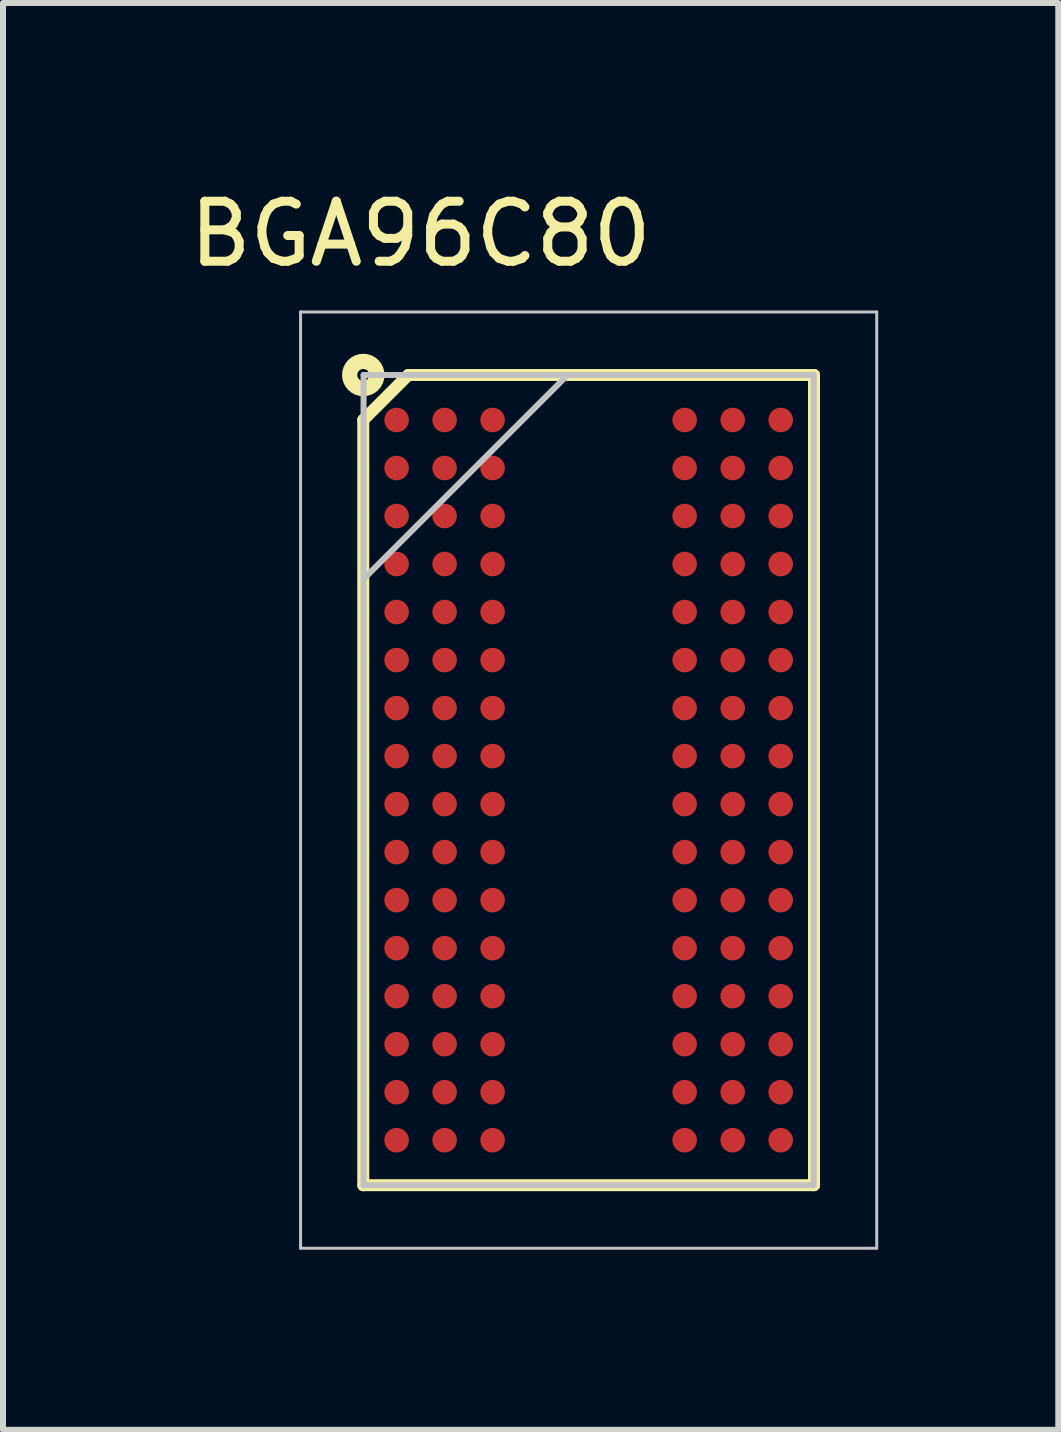
<source format=kicad_pcb>
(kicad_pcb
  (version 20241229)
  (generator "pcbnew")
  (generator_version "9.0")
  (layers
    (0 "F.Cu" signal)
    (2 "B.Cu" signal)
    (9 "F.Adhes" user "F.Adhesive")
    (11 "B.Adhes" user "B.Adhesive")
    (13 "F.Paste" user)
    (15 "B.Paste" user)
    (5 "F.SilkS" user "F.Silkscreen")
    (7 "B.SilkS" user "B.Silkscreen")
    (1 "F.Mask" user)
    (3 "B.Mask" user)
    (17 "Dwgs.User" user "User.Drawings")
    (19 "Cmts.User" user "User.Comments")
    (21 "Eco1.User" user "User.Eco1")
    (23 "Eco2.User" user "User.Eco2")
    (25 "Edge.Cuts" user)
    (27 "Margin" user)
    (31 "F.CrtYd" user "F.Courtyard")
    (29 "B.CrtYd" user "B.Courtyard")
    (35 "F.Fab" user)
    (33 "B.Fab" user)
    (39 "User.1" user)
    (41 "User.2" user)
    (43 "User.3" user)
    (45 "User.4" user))
  (footprint "BGA96C80"
    (layer "F.Cu")
    (at 7.658 9.848)
    (property "Reference" "BGA96C80" (at -3.7 -9 0) (layer "F.SilkS") (effects (font (size 1 1) (thickness 0.15))))
    (attr through_hole)
    (fp_line (start -4.655 -5.9) (end -3.905 -6.65) (stroke (width 0.2) (type solid)) (layer "F.SilkS"))
    (fp_line (start -4.655 6.85) (end -4.655 -5.9) (stroke (width 0.2) (type solid)) (layer "F.SilkS"))
    (fp_line (start -3.905 -6.65) (end 2.855 -6.65) (stroke (width 0.2) (type solid)) (layer "F.SilkS"))
    (fp_line (start 2.855 -6.65) (end 2.855 6.85) (stroke (width 0.2) (type solid)) (layer "F.SilkS"))
    (fp_line (start 2.855 6.85) (end -4.655 6.85) (stroke (width 0.2) (type solid)) (layer "F.SilkS"))
    (fp_circle (center -4.655 -6.65) (end -4.555 -6.65) (stroke (width 0.254) (type solid)) (fill no) (layer "F.SilkS"))
    (fp_line (start -5.7 -7.7) (end 3.9 -7.7) (stroke (width 0.05) (type solid)) (layer "Dwgs.User"))
    (fp_line (start -5.7 7.9) (end -5.7 -7.7) (stroke (width 0.05) (type solid)) (layer "Dwgs.User"))
    (fp_line (start -4.65 -6.65) (end 2.85 -6.65) (stroke (width 0.1) (type solid)) (layer "Dwgs.User"))
    (fp_line (start -4.65 -3.25) (end -1.25 -6.65) (stroke (width 0.1) (type solid)) (layer "Dwgs.User"))
    (fp_line (start -4.65 6.85) (end -4.65 -6.65) (stroke (width 0.1) (type solid)) (layer "Dwgs.User"))
    (fp_line (start 2.85 -6.65) (end 2.85 6.85) (stroke (width 0.1) (type solid)) (layer "Dwgs.User"))
    (fp_line (start 2.85 6.85) (end -4.65 6.85) (stroke (width 0.1) (type solid)) (layer "Dwgs.User"))
    (fp_line (start 3.9 -7.7) (end 3.9 7.9) (stroke (width 0.05) (type solid)) (layer "Dwgs.User"))
    (fp_line (start 3.9 7.9) (end -5.7 7.9) (stroke (width 0.05) (type solid)) (layer "Dwgs.User"))
    (pad "A1" smd circle (at -4.1 -5.9 90) (size 0.41 0.41) (layers "F.Cu" "F.Mask" "F.Paste"))
    (pad "A2" smd circle (at -3.3 -5.9 90) (size 0.41 0.41) (layers "F.Cu" "F.Mask" "F.Paste"))
    (pad "A3" smd circle (at -2.5 -5.9 90) (size 0.41 0.41) (layers "F.Cu" "F.Mask" "F.Paste"))
    (pad "A7" smd circle (at 0.7 -5.9 90) (size 0.41 0.41) (layers "F.Cu" "F.Mask" "F.Paste"))
    (pad "A8" smd circle (at 1.5 -5.9 90) (size 0.41 0.41) (layers "F.Cu" "F.Mask" "F.Paste"))
    (pad "A9" smd circle (at 2.3 -5.9 90) (size 0.41 0.41) (layers "F.Cu" "F.Mask" "F.Paste"))
    (pad "B1" smd circle (at -4.1 -5.1 90) (size 0.41 0.41) (layers "F.Cu" "F.Mask" "F.Paste"))
    (pad "B2" smd circle (at -3.3 -5.1 90) (size 0.41 0.41) (layers "F.Cu" "F.Mask" "F.Paste"))
    (pad "B3" smd circle (at -2.5 -5.1 90) (size 0.41 0.41) (layers "F.Cu" "F.Mask" "F.Paste"))
    (pad "B7" smd circle (at 0.7 -5.1 90) (size 0.41 0.41) (layers "F.Cu" "F.Mask" "F.Paste"))
    (pad "B8" smd circle (at 1.5 -5.1 90) (size 0.41 0.41) (layers "F.Cu" "F.Mask" "F.Paste"))
    (pad "B9" smd circle (at 2.3 -5.1 90) (size 0.41 0.41) (layers "F.Cu" "F.Mask" "F.Paste"))
    (pad "C1" smd circle (at -4.1 -4.3 90) (size 0.41 0.41) (layers "F.Cu" "F.Mask" "F.Paste"))
    (pad "C2" smd circle (at -3.3 -4.3 90) (size 0.41 0.41) (layers "F.Cu" "F.Mask" "F.Paste"))
    (pad "C3" smd circle (at -2.5 -4.3 90) (size 0.41 0.41) (layers "F.Cu" "F.Mask" "F.Paste"))
    (pad "C7" smd circle (at 0.7 -4.3 90) (size 0.41 0.41) (layers "F.Cu" "F.Mask" "F.Paste"))
    (pad "C8" smd circle (at 1.5 -4.3 90) (size 0.41 0.41) (layers "F.Cu" "F.Mask" "F.Paste"))
    (pad "C9" smd circle (at 2.3 -4.3 90) (size 0.41 0.41) (layers "F.Cu" "F.Mask" "F.Paste"))
    (pad "D1" smd circle (at -4.1 -3.5 90) (size 0.41 0.41) (layers "F.Cu" "F.Mask" "F.Paste"))
    (pad "D2" smd circle (at -3.3 -3.5 90) (size 0.41 0.41) (layers "F.Cu" "F.Mask" "F.Paste"))
    (pad "D3" smd circle (at -2.5 -3.5 90) (size 0.41 0.41) (layers "F.Cu" "F.Mask" "F.Paste"))
    (pad "D7" smd circle (at 0.7 -3.5 90) (size 0.41 0.41) (layers "F.Cu" "F.Mask" "F.Paste"))
    (pad "D8" smd circle (at 1.5 -3.5 90) (size 0.41 0.41) (layers "F.Cu" "F.Mask" "F.Paste"))
    (pad "D9" smd circle (at 2.3 -3.5 90) (size 0.41 0.41) (layers "F.Cu" "F.Mask" "F.Paste"))
    (pad "E1" smd circle (at -4.1 -2.7 90) (size 0.41 0.41) (layers "F.Cu" "F.Mask" "F.Paste"))
    (pad "E2" smd circle (at -3.3 -2.7 90) (size 0.41 0.41) (layers "F.Cu" "F.Mask" "F.Paste"))
    (pad "E3" smd circle (at -2.5 -2.7 90) (size 0.41 0.41) (layers "F.Cu" "F.Mask" "F.Paste"))
    (pad "E7" smd circle (at 0.7 -2.7 90) (size 0.41 0.41) (layers "F.Cu" "F.Mask" "F.Paste"))
    (pad "E8" smd circle (at 1.5 -2.7 90) (size 0.41 0.41) (layers "F.Cu" "F.Mask" "F.Paste"))
    (pad "E9" smd circle (at 2.3 -2.7 90) (size 0.41 0.41) (layers "F.Cu" "F.Mask" "F.Paste"))
    (pad "F1" smd circle (at -4.1 -1.9 90) (size 0.41 0.41) (layers "F.Cu" "F.Mask" "F.Paste"))
    (pad "F2" smd circle (at -3.3 -1.9 90) (size 0.41 0.41) (layers "F.Cu" "F.Mask" "F.Paste"))
    (pad "F3" smd circle (at -2.5 -1.9 90) (size 0.41 0.41) (layers "F.Cu" "F.Mask" "F.Paste"))
    (pad "F7" smd circle (at 0.7 -1.9 90) (size 0.41 0.41) (layers "F.Cu" "F.Mask" "F.Paste"))
    (pad "F8" smd circle (at 1.5 -1.9 90) (size 0.41 0.41) (layers "F.Cu" "F.Mask" "F.Paste"))
    (pad "F9" smd circle (at 2.3 -1.9 90) (size 0.41 0.41) (layers "F.Cu" "F.Mask" "F.Paste"))
    (pad "G1" smd circle (at -4.1 -1.1 90) (size 0.41 0.41) (layers "F.Cu" "F.Mask" "F.Paste"))
    (pad "G2" smd circle (at -3.3 -1.1 90) (size 0.41 0.41) (layers "F.Cu" "F.Mask" "F.Paste"))
    (pad "G3" smd circle (at -2.5 -1.1 90) (size 0.41 0.41) (layers "F.Cu" "F.Mask" "F.Paste"))
    (pad "G7" smd circle (at 0.7 -1.1 90) (size 0.41 0.41) (layers "F.Cu" "F.Mask" "F.Paste"))
    (pad "G8" smd circle (at 1.5 -1.1 90) (size 0.41 0.41) (layers "F.Cu" "F.Mask" "F.Paste"))
    (pad "G9" smd circle (at 2.3 -1.1 90) (size 0.41 0.41) (layers "F.Cu" "F.Mask" "F.Paste"))
    (pad "H1" smd circle (at -4.1 -0.3 90) (size 0.41 0.41) (layers "F.Cu" "F.Mask" "F.Paste"))
    (pad "H2" smd circle (at -3.3 -0.3 90) (size 0.41 0.41) (layers "F.Cu" "F.Mask" "F.Paste"))
    (pad "H3" smd circle (at -2.5 -0.3 90) (size 0.41 0.41) (layers "F.Cu" "F.Mask" "F.Paste"))
    (pad "H7" smd circle (at 0.7 -0.3 90) (size 0.41 0.41) (layers "F.Cu" "F.Mask" "F.Paste"))
    (pad "H8" smd circle (at 1.5 -0.3 90) (size 0.41 0.41) (layers "F.Cu" "F.Mask" "F.Paste"))
    (pad "H9" smd circle (at 2.3 -0.3 90) (size 0.41 0.41) (layers "F.Cu" "F.Mask" "F.Paste"))
    (pad "J1" smd circle (at -4.1 0.5 90) (size 0.41 0.41) (layers "F.Cu" "F.Mask" "F.Paste"))
    (pad "J2" smd circle (at -3.3 0.5 90) (size 0.41 0.41) (layers "F.Cu" "F.Mask" "F.Paste"))
    (pad "J3" smd circle (at -2.5 0.5 90) (size 0.41 0.41) (layers "F.Cu" "F.Mask" "F.Paste"))
    (pad "J7" smd circle (at 0.7 0.5 90) (size 0.41 0.41) (layers "F.Cu" "F.Mask" "F.Paste"))
    (pad "J8" smd circle (at 1.5 0.5 90) (size 0.41 0.41) (layers "F.Cu" "F.Mask" "F.Paste"))
    (pad "J9" smd circle (at 2.3 0.5 90) (size 0.41 0.41) (layers "F.Cu" "F.Mask" "F.Paste"))
    (pad "K1" smd circle (at -4.1 1.3 90) (size 0.41 0.41) (layers "F.Cu" "F.Mask" "F.Paste"))
    (pad "K2" smd circle (at -3.3 1.3 90) (size 0.41 0.41) (layers "F.Cu" "F.Mask" "F.Paste"))
    (pad "K3" smd circle (at -2.5 1.3 90) (size 0.41 0.41) (layers "F.Cu" "F.Mask" "F.Paste"))
    (pad "K7" smd circle (at 0.7 1.3 90) (size 0.41 0.41) (layers "F.Cu" "F.Mask" "F.Paste"))
    (pad "K8" smd circle (at 1.5 1.3 90) (size 0.41 0.41) (layers "F.Cu" "F.Mask" "F.Paste"))
    (pad "K9" smd circle (at 2.3 1.3 90) (size 0.41 0.41) (layers "F.Cu" "F.Mask" "F.Paste"))
    (pad "L1" smd circle (at -4.1 2.1 90) (size 0.41 0.41) (layers "F.Cu" "F.Mask" "F.Paste"))
    (pad "L2" smd circle (at -3.3 2.1 90) (size 0.41 0.41) (layers "F.Cu" "F.Mask" "F.Paste"))
    (pad "L3" smd circle (at -2.5 2.1 90) (size 0.41 0.41) (layers "F.Cu" "F.Mask" "F.Paste"))
    (pad "L7" smd circle (at 0.7 2.1 90) (size 0.41 0.41) (layers "F.Cu" "F.Mask" "F.Paste"))
    (pad "L8" smd circle (at 1.5 2.1 90) (size 0.41 0.41) (layers "F.Cu" "F.Mask" "F.Paste"))
    (pad "L9" smd circle (at 2.3 2.1 90) (size 0.41 0.41) (layers "F.Cu" "F.Mask" "F.Paste"))
    (pad "M1" smd circle (at -4.1 2.9 90) (size 0.41 0.41) (layers "F.Cu" "F.Mask" "F.Paste"))
    (pad "M2" smd circle (at -3.3 2.9 90) (size 0.41 0.41) (layers "F.Cu" "F.Mask" "F.Paste"))
    (pad "M3" smd circle (at -2.5 2.9 90) (size 0.41 0.41) (layers "F.Cu" "F.Mask" "F.Paste"))
    (pad "M7" smd circle (at 0.7 2.9 90) (size 0.41 0.41) (layers "F.Cu" "F.Mask" "F.Paste"))
    (pad "M8" smd circle (at 1.5 2.9 90) (size 0.41 0.41) (layers "F.Cu" "F.Mask" "F.Paste"))
    (pad "M9" smd circle (at 2.3 2.9 90) (size 0.41 0.41) (layers "F.Cu" "F.Mask" "F.Paste"))
    (pad "N1" smd circle (at -4.1 3.7 90) (size 0.41 0.41) (layers "F.Cu" "F.Mask" "F.Paste"))
    (pad "N2" smd circle (at -3.3 3.7 90) (size 0.41 0.41) (layers "F.Cu" "F.Mask" "F.Paste"))
    (pad "N3" smd circle (at -2.5 3.7 90) (size 0.41 0.41) (layers "F.Cu" "F.Mask" "F.Paste"))
    (pad "N7" smd circle (at 0.7 3.7 90) (size 0.41 0.41) (layers "F.Cu" "F.Mask" "F.Paste"))
    (pad "N8" smd circle (at 1.5 3.7 90) (size 0.41 0.41) (layers "F.Cu" "F.Mask" "F.Paste"))
    (pad "N9" smd circle (at 2.3 3.7 90) (size 0.41 0.41) (layers "F.Cu" "F.Mask" "F.Paste"))
    (pad "P1" smd circle (at -4.1 4.5 90) (size 0.41 0.41) (layers "F.Cu" "F.Mask" "F.Paste"))
    (pad "P2" smd circle (at -3.3 4.5 90) (size 0.41 0.41) (layers "F.Cu" "F.Mask" "F.Paste"))
    (pad "P3" smd circle (at -2.5 4.5 90) (size 0.41 0.41) (layers "F.Cu" "F.Mask" "F.Paste"))
    (pad "P7" smd circle (at 0.7 4.5 90) (size 0.41 0.41) (layers "F.Cu" "F.Mask" "F.Paste"))
    (pad "P8" smd circle (at 1.5 4.5 90) (size 0.41 0.41) (layers "F.Cu" "F.Mask" "F.Paste"))
    (pad "P9" smd circle (at 2.3 4.5 90) (size 0.41 0.41) (layers "F.Cu" "F.Mask" "F.Paste"))
    (pad "R1" smd circle (at -4.1 5.3 90) (size 0.41 0.41) (layers "F.Cu" "F.Mask" "F.Paste"))
    (pad "R2" smd circle (at -3.3 5.3 90) (size 0.41 0.41) (layers "F.Cu" "F.Mask" "F.Paste"))
    (pad "R3" smd circle (at -2.5 5.3 90) (size 0.41 0.41) (layers "F.Cu" "F.Mask" "F.Paste"))
    (pad "R7" smd circle (at 0.7 5.3 90) (size 0.41 0.41) (layers "F.Cu" "F.Mask" "F.Paste"))
    (pad "R8" smd circle (at 1.5 5.3 90) (size 0.41 0.41) (layers "F.Cu" "F.Mask" "F.Paste"))
    (pad "R9" smd circle (at 2.3 5.3 90) (size 0.41 0.41) (layers "F.Cu" "F.Mask" "F.Paste"))
    (pad "T1" smd circle (at -4.1 6.1 90) (size 0.41 0.41) (layers "F.Cu" "F.Mask" "F.Paste"))
    (pad "T2" smd circle (at -3.3 6.1 90) (size 0.41 0.41) (layers "F.Cu" "F.Mask" "F.Paste"))
    (pad "T3" smd circle (at -2.5 6.1 90) (size 0.41 0.41) (layers "F.Cu" "F.Mask" "F.Paste"))
    (pad "T7" smd circle (at 0.7 6.1 90) (size 0.41 0.41) (layers "F.Cu" "F.Mask" "F.Paste"))
    (pad "T8" smd circle (at 1.5 6.1 90) (size 0.41 0.41) (layers "F.Cu" "F.Mask" "F.Paste"))
    (pad "T9" smd circle (at 2.3 6.1 90) (size 0.41 0.41) (layers "F.Cu" "F.Mask" "F.Paste")))
  (gr_rect
    (start -3 -3)
    (end 14.583 20.773)
    (stroke (width 0.1) (type default))
    (fill no)
    (layer "Edge.Cuts")))
</source>
